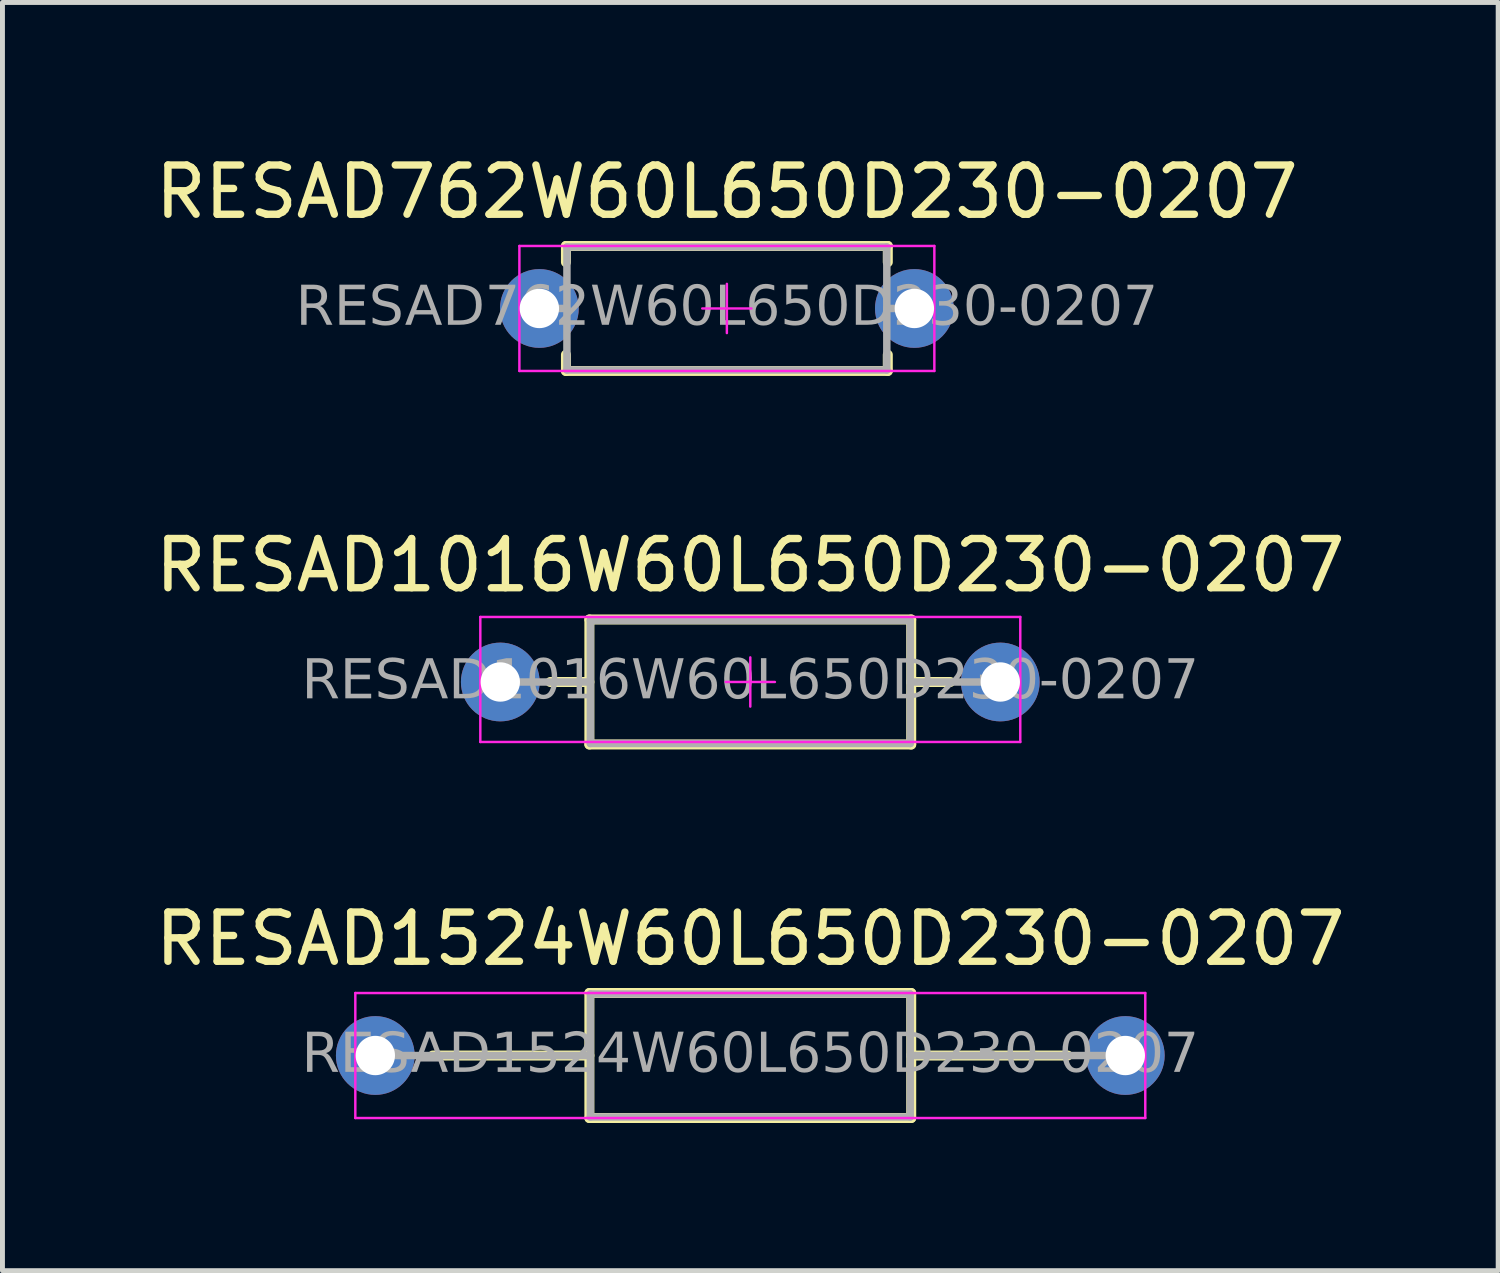
<source format=kicad_pcb>
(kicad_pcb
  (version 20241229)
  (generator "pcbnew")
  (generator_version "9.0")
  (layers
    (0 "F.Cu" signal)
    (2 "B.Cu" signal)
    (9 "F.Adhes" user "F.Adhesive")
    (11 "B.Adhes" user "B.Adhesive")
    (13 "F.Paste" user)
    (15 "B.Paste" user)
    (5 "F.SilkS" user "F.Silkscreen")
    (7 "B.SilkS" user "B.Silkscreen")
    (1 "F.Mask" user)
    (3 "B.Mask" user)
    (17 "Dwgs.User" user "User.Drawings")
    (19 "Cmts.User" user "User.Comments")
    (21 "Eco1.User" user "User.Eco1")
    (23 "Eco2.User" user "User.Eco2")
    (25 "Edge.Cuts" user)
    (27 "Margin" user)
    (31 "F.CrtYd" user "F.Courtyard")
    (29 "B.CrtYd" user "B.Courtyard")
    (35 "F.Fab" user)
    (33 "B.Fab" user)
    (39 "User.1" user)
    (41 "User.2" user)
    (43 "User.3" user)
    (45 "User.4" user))
  (footprint "RESAD1524W60L650D230-0207"
    (layer "F.Cu")
    (at 12.196 18.398)
    (property "Reference" "RESAD1524W60L650D230-0207" (at 0 -2.37 0) (layer "F.SilkS") (effects (font (size 1 1) (thickness 0.15))))
    (attr through_hole)
    (fp_line (start -6.452 0) (end -3.27 0) (stroke (width 0.203) (type solid)) (layer "F.SilkS"))
    (fp_line (start -3.27 -1.27) (end -3.27 1.27) (stroke (width 0.203) (type solid)) (layer "F.SilkS"))
    (fp_line (start -3.27 -1.27) (end 3.27 -1.27) (stroke (width 0.203) (type solid)) (layer "F.SilkS"))
    (fp_line (start -3.27 1.27) (end 3.27 1.27) (stroke (width 0.203) (type solid)) (layer "F.SilkS"))
    (fp_line (start 3.27 -1.27) (end 3.27 1.27) (stroke (width 0.203) (type solid)) (layer "F.SilkS"))
    (fp_line (start 6.452 0) (end 3.27 0) (stroke (width 0.203) (type solid)) (layer "F.SilkS"))
    (fp_line (start -8.026 -1.27) (end -8.026 1.27) (stroke (width 0.05) (type solid)) (layer "F.CrtYd"))
    (fp_line (start -8.026 1.27) (end 8.026 1.27) (stroke (width 0.05) (type solid)) (layer "F.CrtYd"))
    (fp_line (start 8.026 -1.27) (end -8.026 -1.27) (stroke (width 0.05) (type solid)) (layer "F.CrtYd"))
    (fp_line (start 8.026 1.27) (end 8.026 -1.27) (stroke (width 0.05) (type solid)) (layer "F.CrtYd"))
    (fp_line (start -7.62 0) (end -3.251 0) (stroke (width 0.152) (type solid)) (layer "F.Fab"))
    (fp_line (start -3.25 -1.25) (end -3.25 1.25) (stroke (width 0.152) (type solid)) (layer "F.Fab"))
    (fp_line (start -3.25 1.25) (end 3.25 1.25) (stroke (width 0.152) (type solid)) (layer "F.Fab"))
    (fp_line (start 3.25 -1.25) (end -3.25 -1.25) (stroke (width 0.152) (type solid)) (layer "F.Fab"))
    (fp_line (start 3.25 1.25) (end 3.25 -1.25) (stroke (width 0.152) (type solid)) (layer "F.Fab"))
    (fp_line (start 7.62 0) (end 3.25 0) (stroke (width 0.152) (type solid)) (layer "F.Fab"))
    (fp_text user "${REFERENCE}" (at 0 0 0) (layer "F.Fab") (effects (font (face "Tahoma") (size 0.8 0.8) (thickness 0.12))))
    (pad "1" thru_hole circle (at -7.62 0) (size 1.6 1.6) (drill 0.8) (layers "*.Cu" "*.Mask"))
    (pad "2" thru_hole circle (at 7.62 0) (size 1.6 1.6) (drill 0.8) (layers "*.Cu" "*.Mask")))
  (footprint "RESAD762W60L650D230-0207"
    (layer "F.Cu")
    (at 11.72 3.218)
    (property "Reference" "RESAD762W60L650D230-0207" (at 0 -2.37 0) (layer "F.SilkS") (effects (font (size 1 1) (thickness 0.15))))
    (attr through_hole)
    (fp_line (start -3.27 -1.27) (end 3.27 -1.27) (stroke (width 0.203) (type solid)) (layer "F.SilkS"))
    (fp_line (start -3.27 -0.94) (end -3.27 -1.27) (stroke (width 0.203) (type solid)) (layer "F.SilkS"))
    (fp_line (start -3.27 0.94) (end -3.27 1.27) (stroke (width 0.203) (type solid)) (layer "F.SilkS"))
    (fp_line (start -3.27 1.27) (end 3.27 1.27) (stroke (width 0.203) (type solid)) (layer "F.SilkS"))
    (fp_line (start 3.27 -1.27) (end 3.27 -0.94) (stroke (width 0.203) (type solid)) (layer "F.SilkS"))
    (fp_line (start 3.27 1.27) (end 3.27 0.94) (stroke (width 0.203) (type solid)) (layer "F.SilkS"))
    (fp_line (start -4.216 -1.27) (end -4.216 1.27) (stroke (width 0.05) (type solid)) (layer "F.CrtYd"))
    (fp_line (start -4.216 1.27) (end 4.216 1.27) (stroke (width 0.05) (type solid)) (layer "F.CrtYd"))
    (fp_line (start -0.5 0) (end 0.5 0) (stroke (width 0.05) (type default)) (layer "F.CrtYd"))
    (fp_line (start 0 0.5) (end 0 -0.5) (stroke (width 0.05) (type default)) (layer "F.CrtYd"))
    (fp_line (start 4.216 -1.27) (end -4.216 -1.27) (stroke (width 0.05) (type solid)) (layer "F.CrtYd"))
    (fp_line (start 4.216 1.27) (end 4.216 -1.27) (stroke (width 0.05) (type solid)) (layer "F.CrtYd"))
    (fp_line (start -3.81 0) (end -3.251 0) (stroke (width 0.152) (type solid)) (layer "F.Fab"))
    (fp_line (start -3.25 -1.25) (end -3.25 1.25) (stroke (width 0.152) (type solid)) (layer "F.Fab"))
    (fp_line (start -3.25 1.25) (end 3.25 1.25) (stroke (width 0.152) (type solid)) (layer "F.Fab"))
    (fp_line (start 3.25 -1.25) (end -3.25 -1.25) (stroke (width 0.152) (type solid)) (layer "F.Fab"))
    (fp_line (start 3.25 1.25) (end 3.25 -1.25) (stroke (width 0.152) (type solid)) (layer "F.Fab"))
    (fp_line (start 3.81 0) (end 3.251 0) (stroke (width 0.152) (type solid)) (layer "F.Fab"))
    (fp_text user "${REFERENCE}" (at 0 0 0) (layer "F.Fab") (effects (font (face "Tahoma") (size 0.8 0.8) (thickness 0.12))))
    (pad "1" thru_hole circle (at -3.81 0) (size 1.6 1.6) (drill 0.8) (layers "*.Cu" "*.Mask"))
    (pad "2" thru_hole oval (at 3.81 0) (size 1.6 1.6) (drill 0.8) (layers "*.Cu" "*.Mask")))
  (footprint "RESAD1016W60L650D230-0207"
    (layer "F.Cu")
    (at 12.196 10.808)
    (property "Reference" "RESAD1016W60L650D230-0207" (at 0 -2.37 0) (layer "F.SilkS") (effects (font (size 1 1) (thickness 0.15))))
    (attr through_hole)
    (fp_line (start -4.064 0) (end -3.27 0) (stroke (width 0.203) (type solid)) (layer "F.SilkS"))
    (fp_line (start -3.27 -1.27) (end -3.27 1.27) (stroke (width 0.203) (type solid)) (layer "F.SilkS"))
    (fp_line (start -3.27 -1.27) (end 3.27 -1.27) (stroke (width 0.203) (type solid)) (layer "F.SilkS"))
    (fp_line (start -3.27 1.27) (end 3.27 1.27) (stroke (width 0.203) (type solid)) (layer "F.SilkS"))
    (fp_line (start 3.27 -1.27) (end 3.27 1.27) (stroke (width 0.203) (type solid)) (layer "F.SilkS"))
    (fp_line (start 4.064 0) (end 3.27 0) (stroke (width 0.203) (type solid)) (layer "F.SilkS"))
    (fp_line (start -5.486 -1.321) (end -5.486 1.219) (stroke (width 0.05) (type solid)) (layer "F.CrtYd"))
    (fp_line (start -5.486 1.219) (end 5.486 1.219) (stroke (width 0.05) (type solid)) (layer "F.CrtYd"))
    (fp_line (start -0.5 0) (end 0.5 0) (stroke (width 0.05) (type default)) (layer "F.CrtYd"))
    (fp_line (start 0 0.5) (end 0 -0.5) (stroke (width 0.05) (type default)) (layer "F.CrtYd"))
    (fp_line (start 5.486 -1.321) (end -5.486 -1.321) (stroke (width 0.05) (type solid)) (layer "F.CrtYd"))
    (fp_line (start 5.486 1.219) (end 5.486 -1.321) (stroke (width 0.05) (type solid)) (layer "F.CrtYd"))
    (fp_line (start -5.08 0) (end -3.251 0) (stroke (width 0.152) (type solid)) (layer "F.Fab"))
    (fp_line (start -3.25 -1.25) (end -3.25 1.25) (stroke (width 0.152) (type solid)) (layer "F.Fab"))
    (fp_line (start -3.25 1.25) (end 3.25 1.25) (stroke (width 0.152) (type solid)) (layer "F.Fab"))
    (fp_line (start 3.25 -1.25) (end -3.25 -1.25) (stroke (width 0.152) (type solid)) (layer "F.Fab"))
    (fp_line (start 3.25 1.25) (end 3.25 -1.25) (stroke (width 0.152) (type solid)) (layer "F.Fab"))
    (fp_line (start 5.079 0) (end 3.25 0) (stroke (width 0.152) (type solid)) (layer "F.Fab"))
    (fp_text user "${REFERENCE}" (at 0 0 0) (layer "F.Fab") (effects (font (face "Tahoma") (size 0.8 0.8) (thickness 0.12))))
    (pad "1" thru_hole circle (at -5.08 0) (size 1.6 1.6) (drill 0.8) (layers "*.Cu" "*.Mask"))
    (pad "2" thru_hole circle (at 5.08 0) (size 1.6 1.6) (drill 0.8) (layers "*.Cu" "*.Mask")))
  (gr_rect
    (start -3 -3)
    (end 27.393 22.77)
    (stroke (width 0.1) (type default))
    (fill no)
    (layer "Edge.Cuts")))
</source>
